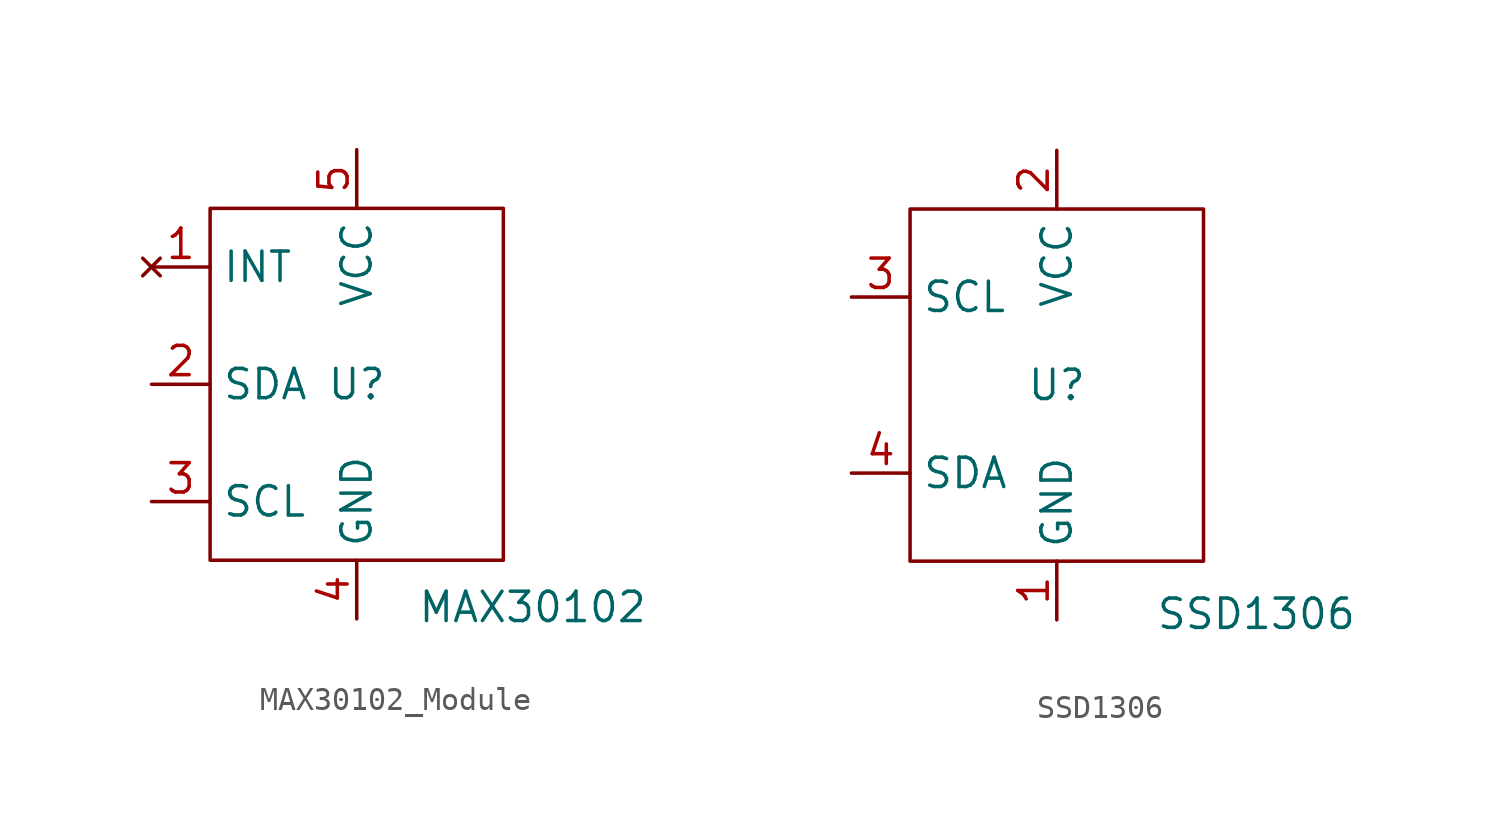
<source format=kicad_sym>
(kicad_symbol_lib
  (version 20241209)
  (generator "kicad_symbol_editor")
  (generator_version "9.0")
  (symbol "MAX30102_Module"
    (property "Reference" "U"
      (at 0 0 0)
      (effects (font (size 1.27 1.27))))
    (property "Value" "MAX30102"
      (at 7.62 -9.652 0)
      (effects (font (size 1.27 1.27))))
    (symbol "MAX30102_Module_0_1"
      (rectangle (start -6.35 7.62) (end 6.35 -7.62) (stroke (width 0) (type default)) (fill (type none))))
    (symbol "MAX30102_Module_1_1"
      (pin no_connect line (at -8.89 5.08 0) (length 2.54) (name "INT" (effects (font (size 1.27 1.27)))) (number "1" (effects (font (size 1.27 1.27)))))
      (pin bidirectional line (at -8.89 0 0) (length 2.54) (name "SDA" (effects (font (size 1.27 1.27)))) (number "2" (effects (font (size 1.27 1.27)))))
      (pin input line (at -8.89 -5.08 0) (length 2.54) (name "SCL" (effects (font (size 1.27 1.27)))) (number "3" (effects (font (size 1.27 1.27)))))
      (pin input line (at 0 10.16 270) (length 2.54) (name "VCC" (effects (font (size 1.27 1.27)))) (number "5" (effects (font (size 1.27 1.27)))))
      (pin input line (at 0 -10.16 90) (length 2.54) (name "GND" (effects (font (size 1.27 1.27)))) (number "4" (effects (font (size 1.27 1.27)))))))
  (symbol "SSD1306"
    (property "Reference" "U"
      (at 0 0 0)
      (effects (font (size 1.27 1.27))))
    (property "Value" "SSD1306"
      (at 8.636 -9.906 0)
      (effects (font (size 1.27 1.27))))
    (symbol "SSD1306_0_1"
      (rectangle (start -6.35 7.62) (end 6.35 -7.62) (stroke (width 0) (type default)) (fill (type none))))
    (symbol "SSD1306_1_1"
      (pin input line (at -8.89 3.81 0) (length 2.54) (name "SCL" (effects (font (size 1.27 1.27)))) (number "3" (effects (font (size 1.27 1.27)))))
      (pin bidirectional line (at -8.89 -3.81 0) (length 2.54) (name "SDA" (effects (font (size 1.27 1.27)))) (number "4" (effects (font (size 1.27 1.27)))))
      (pin input line (at 0 10.16 270) (length 2.54) (name "VCC" (effects (font (size 1.27 1.27)))) (number "2" (effects (font (size 1.27 1.27)))))
      (pin input line (at 0 -10.16 90) (length 2.54) (name "GND" (effects (font (size 1.27 1.27)))) (number "1" (effects (font (size 1.27 1.27))))))))
</source>
